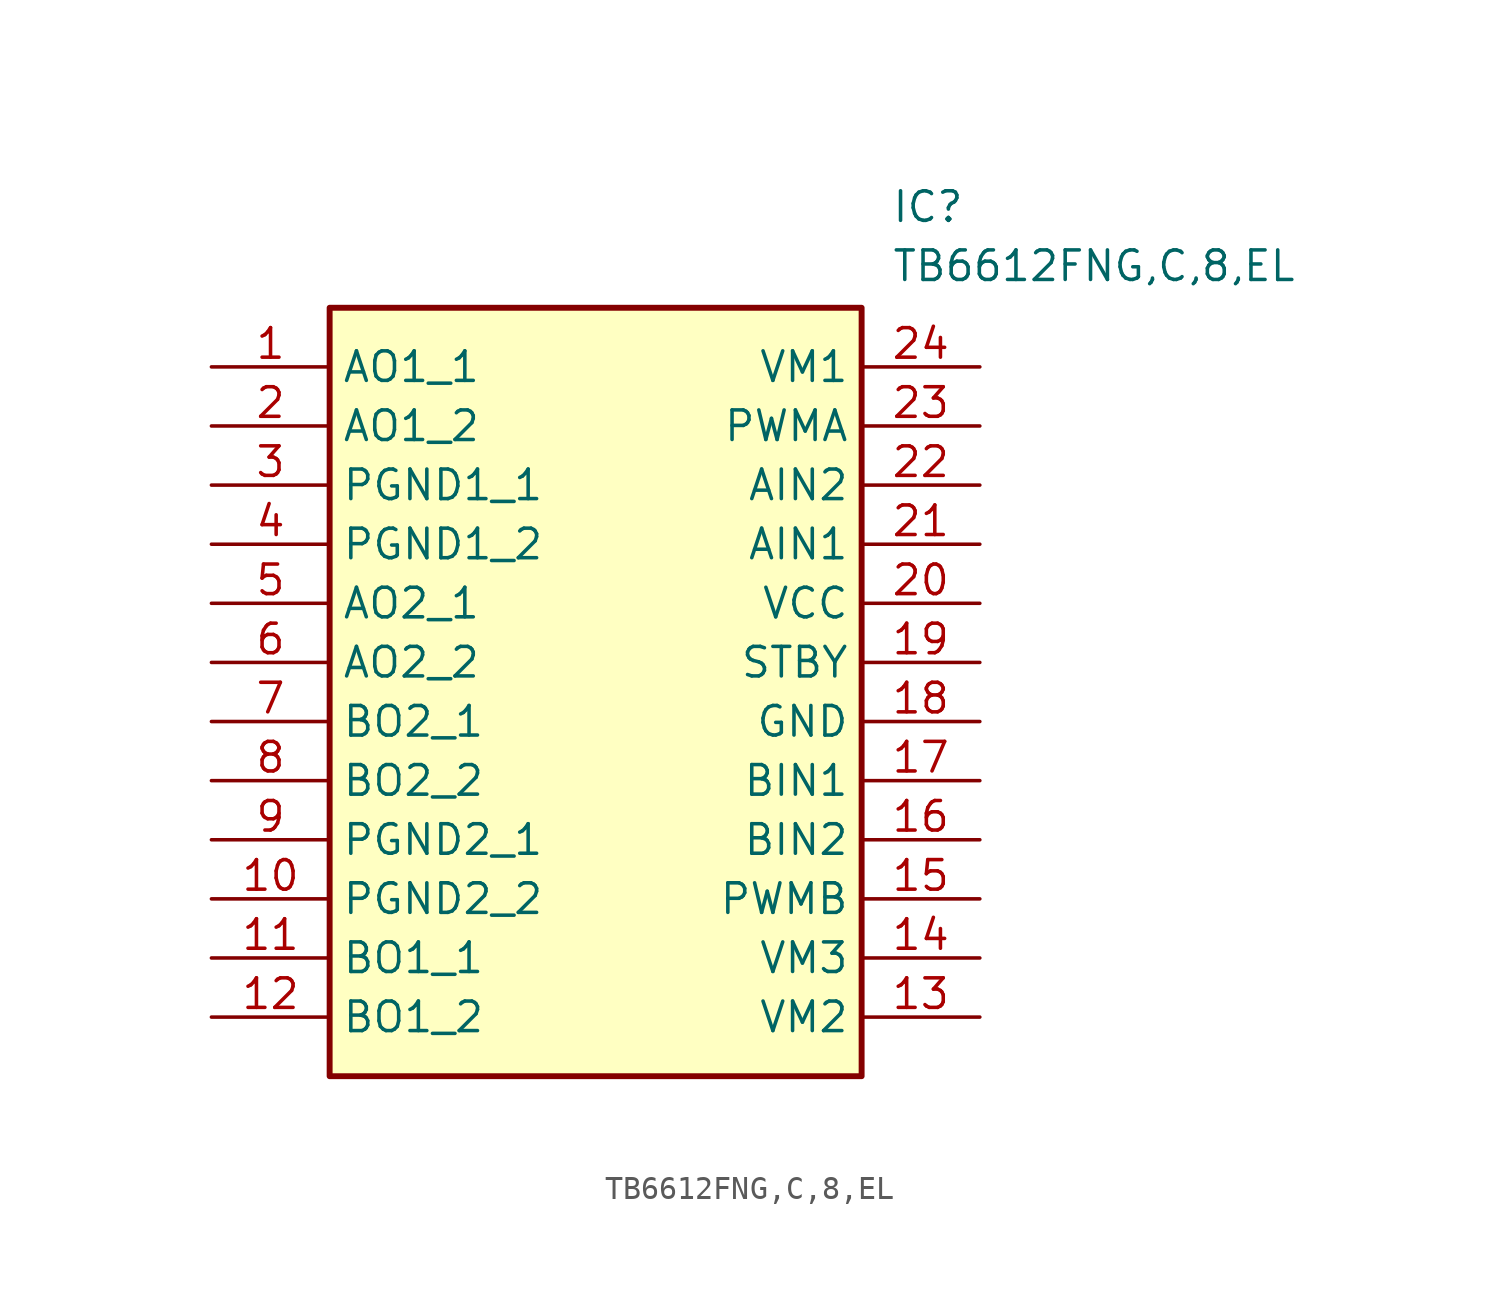
<source format=kicad_sym>
(kicad_symbol_lib
  (version 20211014)
  (generator SamacSys_ECAD_Model)
  (symbol "TB6612FNG,C,8,EL"
    (property "Reference" "IC"
      (at 29.21 7.62 0)
      (effects (font (size 1.27 1.27)) (justify left top)))
    (property "Value" "TB6612FNG,C,8,EL"
      (at 29.21 5.08 0)
      (effects (font (size 1.27 1.27)) (justify left top)))
    (rectangle
      (start 5.08 2.54)
      (end 27.94 -30.48)
      (stroke (width 0.254) (type default))
      (fill (type background)))
    (pin passive line
      (at 0 0 0)
      (length 5.08)
      (name "AO1_1" (effects (font (size 1.27 1.27))))
      (number "1" (effects (font (size 1.27 1.27)))))
    (pin passive line
      (at 0 -2.54 0)
      (length 5.08)
      (name "AO1_2" (effects (font (size 1.27 1.27))))
      (number "2" (effects (font (size 1.27 1.27)))))
    (pin passive line
      (at 0 -5.08 0)
      (length 5.08)
      (name "PGND1_1" (effects (font (size 1.27 1.27))))
      (number "3" (effects (font (size 1.27 1.27)))))
    (pin passive line
      (at 0 -7.62 0)
      (length 5.08)
      (name "PGND1_2" (effects (font (size 1.27 1.27))))
      (number "4" (effects (font (size 1.27 1.27)))))
    (pin passive line
      (at 0 -10.16 0)
      (length 5.08)
      (name "AO2_1" (effects (font (size 1.27 1.27))))
      (number "5" (effects (font (size 1.27 1.27)))))
    (pin passive line
      (at 0 -12.7 0)
      (length 5.08)
      (name "AO2_2" (effects (font (size 1.27 1.27))))
      (number "6" (effects (font (size 1.27 1.27)))))
    (pin passive line
      (at 0 -15.24 0)
      (length 5.08)
      (name "BO2_1" (effects (font (size 1.27 1.27))))
      (number "7" (effects (font (size 1.27 1.27)))))
    (pin passive line
      (at 0 -17.78 0)
      (length 5.08)
      (name "BO2_2" (effects (font (size 1.27 1.27))))
      (number "8" (effects (font (size 1.27 1.27)))))
    (pin passive line
      (at 0 -20.32 0)
      (length 5.08)
      (name "PGND2_1" (effects (font (size 1.27 1.27))))
      (number "9" (effects (font (size 1.27 1.27)))))
    (pin passive line
      (at 0 -22.86 0)
      (length 5.08)
      (name "PGND2_2" (effects (font (size 1.27 1.27))))
      (number "10" (effects (font (size 1.27 1.27)))))
    (pin passive line
      (at 0 -25.4 0)
      (length 5.08)
      (name "BO1_1" (effects (font (size 1.27 1.27))))
      (number "11" (effects (font (size 1.27 1.27)))))
    (pin passive line
      (at 0 -27.94 0)
      (length 5.08)
      (name "BO1_2" (effects (font (size 1.27 1.27))))
      (number "12" (effects (font (size 1.27 1.27)))))
    (pin passive line
      (at 33.02 0 180)
      (length 5.08)
      (name "VM1" (effects (font (size 1.27 1.27))))
      (number "24" (effects (font (size 1.27 1.27)))))
    (pin passive line
      (at 33.02 -2.54 180)
      (length 5.08)
      (name "PWMA" (effects (font (size 1.27 1.27))))
      (number "23" (effects (font (size 1.27 1.27)))))
    (pin passive line
      (at 33.02 -5.08 180)
      (length 5.08)
      (name "AIN2" (effects (font (size 1.27 1.27))))
      (number "22" (effects (font (size 1.27 1.27)))))
    (pin passive line
      (at 33.02 -7.62 180)
      (length 5.08)
      (name "AIN1" (effects (font (size 1.27 1.27))))
      (number "21" (effects (font (size 1.27 1.27)))))
    (pin passive line
      (at 33.02 -10.16 180)
      (length 5.08)
      (name "VCC" (effects (font (size 1.27 1.27))))
      (number "20" (effects (font (size 1.27 1.27)))))
    (pin passive line
      (at 33.02 -12.7 180)
      (length 5.08)
      (name "STBY" (effects (font (size 1.27 1.27))))
      (number "19" (effects (font (size 1.27 1.27)))))
    (pin passive line
      (at 33.02 -15.24 180)
      (length 5.08)
      (name "GND" (effects (font (size 1.27 1.27))))
      (number "18" (effects (font (size 1.27 1.27)))))
    (pin passive line
      (at 33.02 -17.78 180)
      (length 5.08)
      (name "BIN1" (effects (font (size 1.27 1.27))))
      (number "17" (effects (font (size 1.27 1.27)))))
    (pin passive line
      (at 33.02 -20.32 180)
      (length 5.08)
      (name "BIN2" (effects (font (size 1.27 1.27))))
      (number "16" (effects (font (size 1.27 1.27)))))
    (pin passive line
      (at 33.02 -22.86 180)
      (length 5.08)
      (name "PWMB" (effects (font (size 1.27 1.27))))
      (number "15" (effects (font (size 1.27 1.27)))))
    (pin passive line
      (at 33.02 -25.4 180)
      (length 5.08)
      (name "VM3" (effects (font (size 1.27 1.27))))
      (number "14" (effects (font (size 1.27 1.27)))))
    (pin passive line
      (at 33.02 -27.94 180)
      (length 5.08)
      (name "VM2" (effects (font (size 1.27 1.27))))
      (number "13" (effects (font (size 1.27 1.27)))))))
</source>
